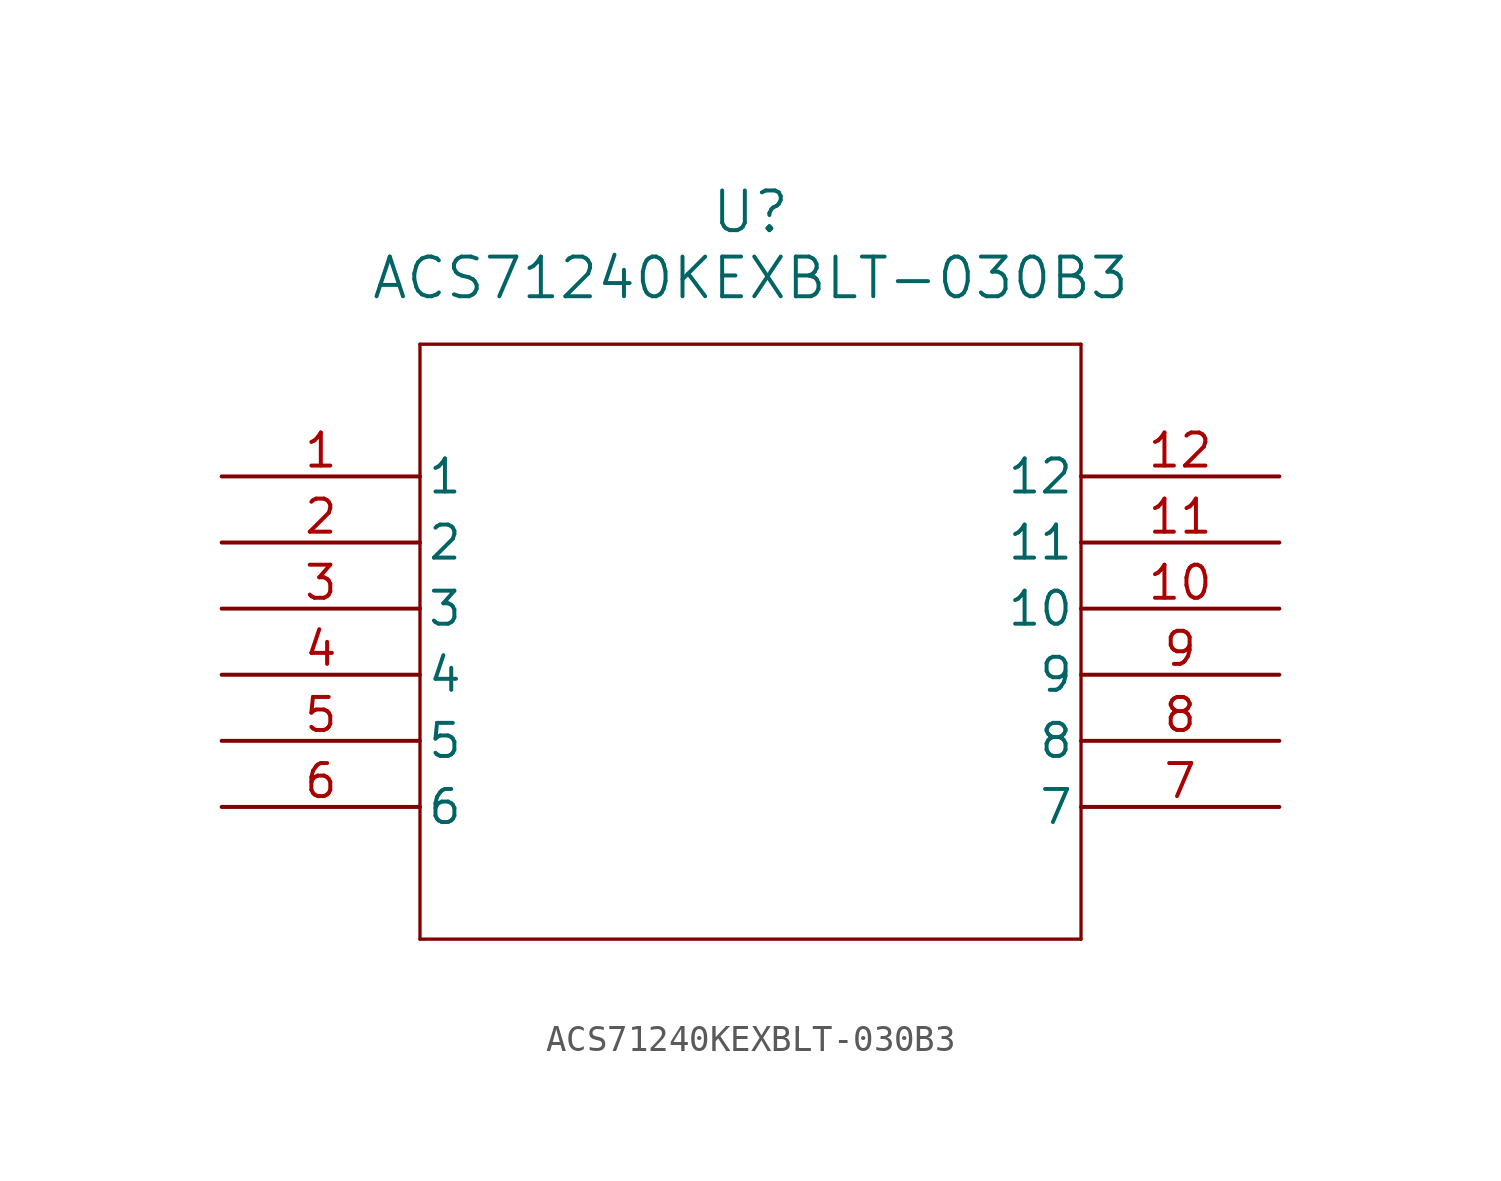
<source format=kicad_sym>
(kicad_symbol_lib
  (version 20211014)
  (generator kicad_symbol_editor)
  (symbol "ACS71240KEXBLT-030B3"
    (pin_names
      (offset 0.254))
    (property "Reference" "U"
      (at 20.32 10.16 0)
      (effects (font (size 1.524 1.524))))
    (property "Value" "ACS71240KEXBLT-030B3"
      (at 20.32 7.62 0)
      (effects (font (size 1.524 1.524))))
    (symbol "ACS71240KEXBLT-030B3_0_1"
      (polyline (pts (xy 7.62 5.08) (xy 7.62 -17.78)) (stroke (width 0.127) (type default) (color 0 0 0 0)) (fill (type none)))
      (polyline (pts (xy 7.62 -17.78) (xy 33.02 -17.78)) (stroke (width 0.127) (type default) (color 0 0 0 0)) (fill (type none)))
      (polyline (pts (xy 33.02 -17.78) (xy 33.02 5.08)) (stroke (width 0.127) (type default) (color 0 0 0 0)) (fill (type none)))
      (polyline (pts (xy 33.02 5.08) (xy 7.62 5.08)) (stroke (width 0.127) (type default) (color 0 0 0 0)) (fill (type none)))
      (pin unspecified line (at 0 0 0) (length 7.62) (name "1" (effects (font (size 1.27 1.27)))) (number "1" (effects (font (size 1.27 1.27)))))
      (pin unspecified line (at 0 -2.54 0) (length 7.62) (name "2" (effects (font (size 1.27 1.27)))) (number "2" (effects (font (size 1.27 1.27)))))
      (pin unspecified line (at 0 -5.08 0) (length 7.62) (name "3" (effects (font (size 1.27 1.27)))) (number "3" (effects (font (size 1.27 1.27)))))
      (pin unspecified line (at 0 -7.62 0) (length 7.62) (name "4" (effects (font (size 1.27 1.27)))) (number "4" (effects (font (size 1.27 1.27)))))
      (pin unspecified line (at 0 -10.16 0) (length 7.62) (name "5" (effects (font (size 1.27 1.27)))) (number "5" (effects (font (size 1.27 1.27)))))
      (pin unspecified line (at 0 -12.7 0) (length 7.62) (name "6" (effects (font (size 1.27 1.27)))) (number "6" (effects (font (size 1.27 1.27)))))
      (pin unspecified line (at 40.64 -12.7 180) (length 7.62) (name "7" (effects (font (size 1.27 1.27)))) (number "7" (effects (font (size 1.27 1.27)))))
      (pin unspecified line (at 40.64 -10.16 180) (length 7.62) (name "8" (effects (font (size 1.27 1.27)))) (number "8" (effects (font (size 1.27 1.27)))))
      (pin unspecified line (at 40.64 -7.62 180) (length 7.62) (name "9" (effects (font (size 1.27 1.27)))) (number "9" (effects (font (size 1.27 1.27)))))
      (pin unspecified line (at 40.64 -5.08 180) (length 7.62) (name "10" (effects (font (size 1.27 1.27)))) (number "10" (effects (font (size 1.27 1.27)))))
      (pin unspecified line (at 40.64 -2.54 180) (length 7.62) (name "11" (effects (font (size 1.27 1.27)))) (number "11" (effects (font (size 1.27 1.27)))))
      (pin unspecified line (at 40.64 0 180) (length 7.62) (name "12" (effects (font (size 1.27 1.27)))) (number "12" (effects (font (size 1.27 1.27))))))))
</source>
